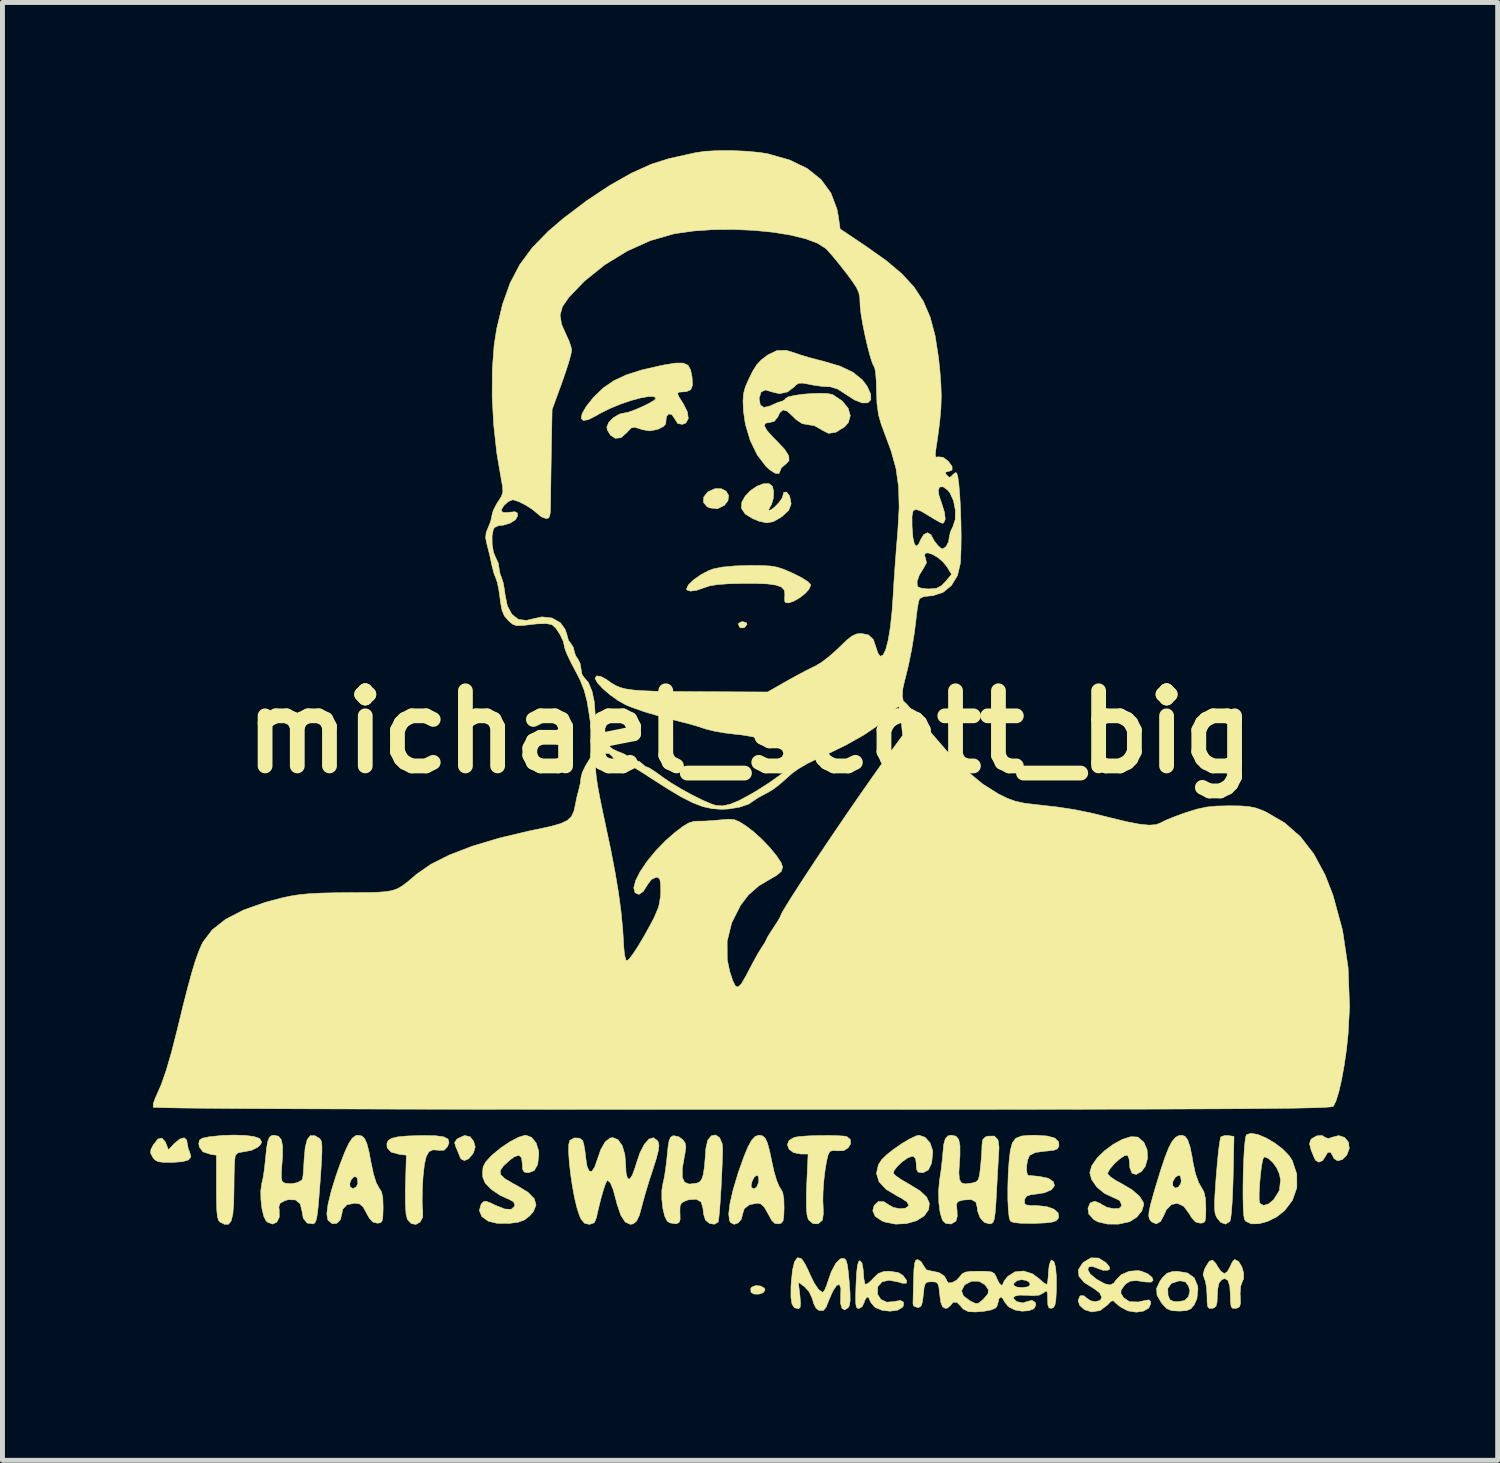
<source format=kicad_pcb>
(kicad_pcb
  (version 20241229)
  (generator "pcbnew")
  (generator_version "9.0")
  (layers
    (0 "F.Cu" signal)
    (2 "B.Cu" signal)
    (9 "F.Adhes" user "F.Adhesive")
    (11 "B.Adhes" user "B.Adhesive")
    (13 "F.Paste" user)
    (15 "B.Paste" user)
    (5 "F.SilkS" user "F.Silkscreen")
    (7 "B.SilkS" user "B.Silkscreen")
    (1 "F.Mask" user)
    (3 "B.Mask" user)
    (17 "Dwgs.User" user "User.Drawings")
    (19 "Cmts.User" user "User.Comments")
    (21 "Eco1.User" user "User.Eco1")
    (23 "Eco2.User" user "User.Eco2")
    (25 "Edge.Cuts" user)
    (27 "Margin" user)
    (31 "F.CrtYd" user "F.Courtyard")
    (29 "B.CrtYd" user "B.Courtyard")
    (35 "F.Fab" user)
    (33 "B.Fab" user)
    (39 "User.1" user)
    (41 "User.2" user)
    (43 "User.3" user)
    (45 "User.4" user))
  (footprint "michael_scott_big"
    (layer "F.Cu")
    (at 12.161 11.798)
    (property "Reference" "michael_scott_big" (at 0 0 0) (layer "F.SilkS") (effects (font (size 1.524 1.524) (thickness 0.3))))
    (attr through_hole)
    (fp_poly (pts (xy -0.067 -2.214) (xy -0.058 -2.179) (xy -0.114 -2.113) (xy -0.188 -2.111) (xy -0.205 -2.124) (xy -0.237 -2.192) (xy -0.183 -2.231) (xy -0.139 -2.236) (xy -0.067 -2.214)) (stroke (width 0.01) (type solid)) (fill yes) (layer "F.SilkS"))
    (fp_poly (pts (xy 0.217 11.24) (xy 0.293 11.282) (xy 0.309 11.321) (xy 0.27 11.376) (xy 0.18 11.406) (xy 0.082 11.403) (xy 0.023 11.367) (xy 0.02 11.289) (xy 0.037 11.265) (xy 0.118 11.231) (xy 0.217 11.24)) (stroke (width 0.01) (type solid)) (fill yes) (layer "F.SilkS"))
    (fp_poly (pts (xy -0.578 -4.934) (xy -0.481 -4.884) (xy -0.43 -4.798) (xy -0.443 -4.692) (xy -0.515 -4.597) (xy -0.657 -4.527) (xy -0.816 -4.545) (xy -0.868 -4.57) (xy -0.941 -4.656) (xy -0.935 -4.765) (xy -0.854 -4.867) (xy -0.846 -4.873) (xy -0.706 -4.935) (xy -0.578 -4.934)) (stroke (width 0.01) (type solid)) (fill yes) (layer "F.SilkS"))
    (fp_poly (pts (xy -5.673 8.213) (xy -5.602 8.305) (xy -5.571 8.419) (xy -5.604 8.53) (xy -5.617 8.554) (xy -5.702 8.658) (xy -5.79 8.696) (xy -5.86 8.662) (xy -5.879 8.625) (xy -5.922 8.513) (xy -5.961 8.426) (xy -5.989 8.333) (xy -5.948 8.267) (xy -5.923 8.248) (xy -5.786 8.186) (xy -5.673 8.213)) (stroke (width 0.01) (type solid)) (fill yes) (layer "F.SilkS"))
    (fp_poly (pts (xy -11.423 8.278) (xy -11.416 8.327) (xy -11.393 8.451) (xy -11.364 8.522) (xy -11.338 8.617) (xy -11.384 8.681) (xy -11.509 8.718) (xy -11.72 8.733) (xy -11.731 8.733) (xy -11.904 8.731) (xy -12.009 8.716) (xy -12.073 8.678) (xy -12.113 8.628) (xy -12.156 8.544) (xy -12.149 8.468) (xy -12.099 8.374) (xy -12.008 8.259) (xy -11.928 8.239) (xy -11.86 8.312) (xy -11.842 8.354) (xy -11.794 8.478) (xy -11.679 8.354) (xy -11.565 8.259) (xy -11.475 8.233) (xy -11.423 8.278)) (stroke (width 0.01) (type solid)) (fill yes) (layer "F.SilkS"))
    (fp_poly (pts (xy 9.71 8.189) (xy 9.822 8.205) (xy 9.805 9.037) (xy 9.796 9.312) (xy 9.784 9.556) (xy 9.769 9.751) (xy 9.753 9.882) (xy 9.739 9.929) (xy 9.65 9.985) (xy 9.554 9.95) (xy 9.484 9.869) (xy 9.455 9.815) (xy 9.436 9.749) (xy 9.428 9.654) (xy 9.429 9.514) (xy 9.44 9.314) (xy 9.459 9.037) (xy 9.462 9.001) (xy 9.484 8.743) (xy 9.506 8.518) (xy 9.529 8.344) (xy 9.548 8.237) (xy 9.558 8.213) (xy 9.631 8.188) (xy 9.71 8.189)) (stroke (width 0.01) (type solid)) (fill yes) (layer "F.SilkS"))
    (fp_poly (pts (xy 11.677 8.229) (xy 11.741 8.249) (xy 11.804 8.225) (xy 11.947 8.188) (xy 12.066 8.227) (xy 12.143 8.32) (xy 12.161 8.449) (xy 12.11 8.586) (xy 12.017 8.677) (xy 11.921 8.7) (xy 11.848 8.652) (xy 11.83 8.609) (xy 11.782 8.526) (xy 11.722 8.531) (xy 11.679 8.605) (xy 11.622 8.694) (xy 11.543 8.728) (xy 11.477 8.691) (xy 11.477 8.691) (xy 11.437 8.608) (xy 11.389 8.486) (xy 11.385 8.477) (xy 11.355 8.358) (xy 11.373 8.283) (xy 11.4 8.251) (xy 11.5 8.194) (xy 11.608 8.186) (xy 11.677 8.229)) (stroke (width 0.01) (type solid)) (fill yes) (layer "F.SilkS"))
    (fp_poly (pts (xy 0.392 -5.036) (xy 0.458 -4.984) (xy 0.484 -4.878) (xy 0.476 -4.737) (xy 0.44 -4.613) (xy 0.42 -4.58) (xy 0.385 -4.516) (xy 0.388 -4.495) (xy 0.434 -4.507) (xy 0.511 -4.569) (xy 0.592 -4.654) (xy 0.651 -4.737) (xy 0.666 -4.779) (xy 0.69 -4.861) (xy 0.744 -4.867) (xy 0.801 -4.797) (xy 0.81 -4.777) (xy 0.838 -4.626) (xy 0.79 -4.497) (xy 0.658 -4.373) (xy 0.628 -4.352) (xy 0.477 -4.266) (xy 0.342 -4.241) (xy 0.189 -4.274) (xy 0.061 -4.326) (xy -0.094 -4.421) (xy -0.168 -4.532) (xy -0.171 -4.543) (xy -0.162 -4.662) (xy -0.093 -4.785) (xy 0.016 -4.898) (xy 0.147 -4.986) (xy 0.279 -5.037) (xy 0.392 -5.036)) (stroke (width 0.01) (type solid)) (fill yes) (layer "F.SilkS"))
    (fp_poly (pts (xy -10.239 8.185) (xy -10.063 8.207) (xy -9.954 8.243) (xy -9.937 8.258) (xy -9.902 8.322) (xy -9.934 8.381) (xy -9.984 8.425) (xy -10.112 8.489) (xy -10.251 8.514) (xy -10.381 8.537) (xy -10.436 8.589) (xy -10.447 8.664) (xy -10.456 8.813) (xy -10.462 9.014) (xy -10.464 9.249) (xy -10.464 9.27) (xy -10.47 9.571) (xy -10.488 9.785) (xy -10.522 9.921) (xy -10.575 9.987) (xy -10.652 9.99) (xy -10.75 9.942) (xy -10.779 9.906) (xy -10.8 9.833) (xy -10.813 9.707) (xy -10.819 9.516) (xy -10.821 9.244) (xy -10.821 8.586) (xy -10.94 8.569) (xy -11.094 8.518) (xy -11.169 8.417) (xy -11.178 8.348) (xy -11.164 8.28) (xy -11.106 8.241) (xy -10.98 8.215) (xy -10.957 8.212) (xy -10.707 8.186) (xy -10.46 8.178) (xy -10.239 8.185)) (stroke (width 0.01) (type solid)) (fill yes) (layer "F.SilkS"))
    (fp_poly (pts (xy -6.378 8.191) (xy -6.211 8.214) (xy -6.122 8.259) (xy -6.102 8.33) (xy -6.134 8.415) (xy -6.199 8.484) (xy -6.304 8.488) (xy -6.319 8.485) (xy -6.429 8.478) (xy -6.508 8.515) (xy -6.563 8.608) (xy -6.601 8.77) (xy -6.628 9.012) (xy -6.633 9.082) (xy -6.644 9.303) (xy -6.647 9.503) (xy -6.642 9.653) (xy -6.635 9.705) (xy -6.635 9.844) (xy -6.689 9.943) (xy -6.774 9.991) (xy -6.869 9.974) (xy -6.948 9.887) (xy -6.974 9.781) (xy -6.987 9.586) (xy -6.988 9.305) (xy -6.985 9.185) (xy -6.968 8.586) (xy -7.111 8.569) (xy -7.276 8.524) (xy -7.357 8.437) (xy -7.363 8.352) (xy -7.336 8.29) (xy -7.268 8.245) (xy -7.145 8.215) (xy -6.955 8.197) (xy -6.685 8.188) (xy -6.629 8.187) (xy -6.378 8.191)) (stroke (width 0.01) (type solid)) (fill yes) (layer "F.SilkS"))
    (fp_poly (pts (xy 8.879 10.976) (xy 9.016 11.075) (xy 9.084 11.239) (xy 9.091 11.303) (xy 9.07 11.498) (xy 9.017 11.618) (xy 8.949 11.7) (xy 8.863 11.738) (xy 8.722 11.749) (xy 8.705 11.749) (xy 8.557 11.74) (xy 8.462 11.702) (xy 8.376 11.614) (xy 8.349 11.58) (xy 8.261 11.427) (xy 8.252 11.29) (xy 8.479 11.29) (xy 8.484 11.432) (xy 8.523 11.52) (xy 8.599 11.554) (xy 8.68 11.558) (xy 8.818 11.536) (xy 8.897 11.459) (xy 8.898 11.457) (xy 8.928 11.338) (xy 8.899 11.24) (xy 8.84 11.158) (xy 8.743 11.136) (xy 8.697 11.139) (xy 8.55 11.187) (xy 8.479 11.29) (xy 8.252 11.29) (xy 8.252 11.287) (xy 8.324 11.135) (xy 8.374 11.067) (xy 8.465 10.98) (xy 8.58 10.945) (xy 8.672 10.942) (xy 8.879 10.976)) (stroke (width 0.01) (type solid)) (fill yes) (layer "F.SilkS"))
    (fp_poly (pts (xy 1.775 8.19) (xy 1.914 8.199) (xy 1.97 8.21) (xy 2.041 8.272) (xy 2.044 8.356) (xy 1.994 8.438) (xy 1.907 8.493) (xy 1.796 8.498) (xy 1.796 8.498) (xy 1.684 8.492) (xy 1.623 8.511) (xy 1.589 8.575) (xy 1.556 8.711) (xy 1.526 8.896) (xy 1.501 9.107) (xy 1.486 9.321) (xy 1.482 9.515) (xy 1.488 9.638) (xy 1.491 9.781) (xy 1.474 9.893) (xy 1.466 9.911) (xy 1.384 9.979) (xy 1.281 9.974) (xy 1.193 9.899) (xy 1.184 9.884) (xy 1.159 9.79) (xy 1.147 9.622) (xy 1.148 9.372) (xy 1.155 9.171) (xy 1.182 8.562) (xy 1.025 8.562) (xy 0.885 8.533) (xy 0.795 8.463) (xy 0.762 8.373) (xy 0.796 8.286) (xy 0.903 8.224) (xy 0.904 8.224) (xy 1.011 8.207) (xy 1.178 8.195) (xy 1.38 8.188) (xy 1.588 8.186) (xy 1.775 8.19)) (stroke (width 0.01) (type solid)) (fill yes) (layer "F.SilkS"))
    (fp_poly (pts (xy 0.247 -3.375) (xy 0.417 -3.366) (xy 0.552 -3.343) (xy 0.68 -3.302) (xy 0.832 -3.237) (xy 0.883 -3.214) (xy 1.056 -3.126) (xy 1.18 -3.047) (xy 1.235 -2.988) (xy 1.237 -2.981) (xy 1.204 -2.899) (xy 1.122 -2.808) (xy 1.01 -2.721) (xy 0.892 -2.653) (xy 0.788 -2.617) (xy 0.721 -2.626) (xy 0.708 -2.652) (xy 0.707 -2.724) (xy 0.711 -2.791) (xy 0.7 -2.876) (xy 0.644 -2.937) (xy 0.534 -2.978) (xy 0.357 -3.003) (xy 0.103 -3.013) (xy -0.119 -3.013) (xy -0.423 -3.006) (xy -0.648 -2.99) (xy -0.81 -2.964) (xy -0.914 -2.93) (xy -1.079 -2.873) (xy -1.206 -2.856) (xy -1.276 -2.88) (xy -1.284 -2.904) (xy -1.244 -2.985) (xy -1.141 -3.085) (xy -0.998 -3.186) (xy -0.84 -3.27) (xy -0.741 -3.307) (xy -0.557 -3.344) (xy -0.304 -3.368) (xy -0.008 -3.377) (xy 0.012 -3.377) (xy 0.247 -3.375)) (stroke (width 0.01) (type solid)) (fill yes) (layer "F.SilkS"))
    (fp_poly (pts (xy 10.306 8.167) (xy 10.474 8.237) (xy 10.649 8.34) (xy 10.812 8.464) (xy 10.942 8.599) (xy 11.004 8.693) (xy 11.096 8.971) (xy 11.097 9.244) (xy 11.008 9.5) (xy 10.851 9.708) (xy 10.689 9.837) (xy 10.507 9.928) (xy 10.328 9.977) (xy 10.173 9.979) (xy 10.063 9.929) (xy 10.037 9.895) (xy 10.021 9.816) (xy 10.01 9.665) (xy 10.006 9.479) (xy 10.332 9.479) (xy 10.343 9.557) (xy 10.345 9.56) (xy 10.42 9.606) (xy 10.525 9.574) (xy 10.628 9.488) (xy 10.743 9.302) (xy 10.767 9.09) (xy 10.744 8.969) (xy 10.69 8.847) (xy 10.607 8.732) (xy 10.517 8.65) (xy 10.442 8.622) (xy 10.427 8.627) (xy 10.403 8.684) (xy 10.38 8.81) (xy 10.359 8.979) (xy 10.343 9.164) (xy 10.333 9.339) (xy 10.332 9.479) (xy 10.006 9.479) (xy 10.005 9.461) (xy 10.005 9.223) (xy 10.009 8.971) (xy 10.017 8.723) (xy 10.029 8.5) (xy 10.044 8.321) (xy 10.062 8.204) (xy 10.075 8.172) (xy 10.166 8.142) (xy 10.306 8.167)) (stroke (width 0.01) (type solid)) (fill yes) (layer "F.SilkS"))
    (fp_poly (pts (xy 9.916 10.744) (xy 9.98 10.847) (xy 10.017 10.975) (xy 10.016 11.096) (xy 9.99 11.153) (xy 9.957 11.245) (xy 9.946 11.393) (xy 9.949 11.45) (xy 9.954 11.588) (xy 9.937 11.658) (xy 9.889 11.687) (xy 9.858 11.693) (xy 9.796 11.694) (xy 9.764 11.659) (xy 9.752 11.567) (xy 9.75 11.455) (xy 9.737 11.245) (xy 9.698 11.124) (xy 9.632 11.089) (xy 9.574 11.112) (xy 9.519 11.177) (xy 9.492 11.297) (xy 9.485 11.421) (xy 9.478 11.572) (xy 9.456 11.652) (xy 9.411 11.686) (xy 9.378 11.693) (xy 9.319 11.693) (xy 9.289 11.658) (xy 9.277 11.566) (xy 9.275 11.442) (xy 9.266 11.278) (xy 9.242 11.144) (xy 9.222 11.091) (xy 9.195 11.005) (xy 9.226 10.896) (xy 9.247 10.854) (xy 9.321 10.738) (xy 9.386 10.713) (xy 9.452 10.78) (xy 9.489 10.845) (xy 9.557 10.942) (xy 9.624 10.987) (xy 9.629 10.988) (xy 9.688 10.947) (xy 9.742 10.85) (xy 9.744 10.845) (xy 9.791 10.746) (xy 9.836 10.702) (xy 9.838 10.702) (xy 9.916 10.744)) (stroke (width 0.01) (type solid)) (fill yes) (layer "F.SilkS"))
    (fp_poly (pts (xy 8.828 8.203) (xy 8.882 8.275) (xy 8.929 8.412) (xy 8.973 8.625) (xy 8.991 8.736) (xy 9.04 8.962) (xy 9.106 9.144) (xy 9.148 9.216) (xy 9.211 9.328) (xy 9.243 9.465) (xy 9.251 9.661) (xy 9.249 9.825) (xy 9.237 9.916) (xy 9.207 9.956) (xy 9.149 9.965) (xy 9.133 9.965) (xy 9.04 9.94) (xy 8.961 9.853) (xy 8.916 9.775) (xy 8.804 9.625) (xy 8.677 9.563) (xy 8.553 9.587) (xy 8.448 9.696) (xy 8.4 9.804) (xy 8.331 9.933) (xy 8.244 9.98) (xy 8.15 9.938) (xy 8.145 9.933) (xy 8.108 9.885) (xy 8.092 9.82) (xy 8.1 9.724) (xy 8.132 9.578) (xy 8.191 9.365) (xy 8.226 9.246) (xy 8.239 9.203) (xy 8.578 9.203) (xy 8.629 9.253) (xy 8.694 9.234) (xy 8.742 9.163) (xy 8.752 9.104) (xy 8.737 9.017) (xy 8.71 8.99) (xy 8.636 9.029) (xy 8.583 9.117) (xy 8.578 9.203) (xy 8.239 9.203) (xy 8.332 8.898) (xy 8.421 8.632) (xy 8.497 8.438) (xy 8.566 8.307) (xy 8.633 8.227) (xy 8.703 8.189) (xy 8.76 8.181) (xy 8.828 8.203)) (stroke (width 0.01) (type solid)) (fill yes) (layer "F.SilkS"))
    (fp_poly (pts (xy -7.872 8.196) (xy -7.814 8.248) (xy -7.767 8.355) (xy -7.723 8.529) (xy -7.686 8.725) (xy -7.635 8.966) (xy -7.578 9.147) (xy -7.523 9.247) (xy -7.471 9.332) (xy -7.445 9.453) (xy -7.439 9.638) (xy -7.439 9.656) (xy -7.444 9.822) (xy -7.458 9.915) (xy -7.488 9.955) (xy -7.545 9.965) (xy -7.561 9.965) (xy -7.648 9.942) (xy -7.721 9.861) (xy -7.775 9.763) (xy -7.845 9.636) (xy -7.914 9.576) (xy -8.008 9.561) (xy -8.017 9.561) (xy -8.174 9.592) (xy -8.26 9.684) (xy -8.276 9.775) (xy -8.307 9.899) (xy -8.38 9.97) (xy -8.471 9.976) (xy -8.554 9.908) (xy -8.562 9.893) (xy -8.581 9.777) (xy -8.557 9.584) (xy -8.493 9.32) (xy -8.444 9.161) (xy -8.116 9.161) (xy -8.108 9.231) (xy -8.048 9.266) (xy -7.983 9.229) (xy -7.951 9.159) (xy -7.961 9.062) (xy -7.982 9.027) (xy -8.033 9.025) (xy -8.085 9.081) (xy -8.116 9.161) (xy -8.444 9.161) (xy -8.391 8.992) (xy -8.315 8.776) (xy -8.216 8.521) (xy -8.135 8.346) (xy -8.063 8.239) (xy -7.994 8.189) (xy -7.948 8.181) (xy -7.872 8.196)) (stroke (width 0.01) (type solid)) (fill yes) (layer "F.SilkS"))
    (fp_poly (pts (xy 0.257 8.194) (xy 0.312 8.242) (xy 0.358 8.34) (xy 0.402 8.503) (xy 0.449 8.728) (xy 0.495 8.933) (xy 0.548 9.108) (xy 0.598 9.226) (xy 0.615 9.251) (xy 0.666 9.339) (xy 0.69 9.472) (xy 0.695 9.656) (xy 0.689 9.824) (xy 0.674 9.919) (xy 0.641 9.963) (xy 0.584 9.98) (xy 0.509 9.971) (xy 0.444 9.909) (xy 0.372 9.778) (xy 0.293 9.639) (xy 0.219 9.573) (xy 0.154 9.561) (xy -0.006 9.59) (xy -0.111 9.67) (xy -0.143 9.767) (xy -0.171 9.883) (xy -0.238 9.961) (xy -0.319 9.989) (xy -0.391 9.952) (xy -0.412 9.914) (xy -0.428 9.778) (xy -0.403 9.567) (xy -0.34 9.291) (xy -0.315 9.209) (xy 0.026 9.209) (xy 0.034 9.242) (xy 0.086 9.271) (xy 0.142 9.229) (xy 0.179 9.134) (xy 0.182 9.117) (xy 0.176 9.024) (xy 0.144 8.99) (xy 0.091 9.029) (xy 0.045 9.118) (xy 0.026 9.209) (xy -0.315 9.209) (xy -0.241 8.961) (xy -0.222 8.904) (xy -0.12 8.617) (xy -0.035 8.412) (xy 0.04 8.279) (xy 0.11 8.205) (xy 0.181 8.181) (xy 0.186 8.181) (xy 0.257 8.194)) (stroke (width 0.01) (type solid)) (fill yes) (layer "F.SilkS"))
    (fp_poly (pts (xy 2.275 10.772) (xy 2.299 10.904) (xy 2.302 10.95) (xy 2.313 11.089) (xy 2.332 11.185) (xy 2.342 11.206) (xy 2.389 11.193) (xy 2.468 11.124) (xy 2.499 11.089) (xy 2.603 10.988) (xy 2.716 10.946) (xy 2.827 10.94) (xy 3.013 10.967) (xy 3.108 11.027) (xy 3.182 11.13) (xy 3.176 11.183) (xy 3.091 11.183) (xy 3.009 11.158) (xy 2.825 11.123) (xy 2.684 11.155) (xy 2.6 11.249) (xy 2.595 11.263) (xy 2.59 11.405) (xy 2.658 11.512) (xy 2.778 11.568) (xy 2.929 11.556) (xy 2.945 11.551) (xy 3.057 11.533) (xy 3.12 11.569) (xy 3.115 11.643) (xy 3.093 11.675) (xy 2.993 11.732) (xy 2.844 11.751) (xy 2.685 11.733) (xy 2.552 11.679) (xy 2.521 11.654) (xy 2.451 11.568) (xy 2.426 11.511) (xy 2.406 11.462) (xy 2.364 11.478) (xy 2.327 11.544) (xy 2.322 11.57) (xy 2.277 11.661) (xy 2.222 11.693) (xy 2.184 11.692) (xy 2.16 11.664) (xy 2.149 11.59) (xy 2.147 11.456) (xy 2.153 11.245) (xy 2.154 11.217) (xy 2.166 10.978) (xy 2.184 10.823) (xy 2.208 10.743) (xy 2.232 10.726) (xy 2.275 10.772)) (stroke (width 0.01) (type solid)) (fill yes) (layer "F.SilkS"))
    (fp_poly (pts (xy 1.034 10.678) (xy 1.062 10.704) (xy 1.117 10.789) (xy 1.185 10.922) (xy 1.213 10.988) (xy 1.304 11.176) (xy 1.392 11.308) (xy 1.468 11.366) (xy 1.48 11.368) (xy 1.516 11.327) (xy 1.559 11.225) (xy 1.569 11.19) (xy 1.653 10.951) (xy 1.743 10.781) (xy 1.834 10.691) (xy 1.879 10.678) (xy 1.924 10.687) (xy 1.955 10.725) (xy 1.978 10.809) (xy 1.998 10.956) (xy 2.015 11.142) (xy 2.033 11.378) (xy 2.035 11.536) (xy 2.02 11.633) (xy 1.997 11.678) (xy 1.925 11.726) (xy 1.87 11.693) (xy 1.84 11.59) (xy 1.843 11.445) (xy 1.847 11.285) (xy 1.818 11.211) (xy 1.764 11.225) (xy 1.692 11.33) (xy 1.669 11.378) (xy 1.607 11.519) (xy 1.561 11.635) (xy 1.551 11.665) (xy 1.491 11.738) (xy 1.403 11.736) (xy 1.343 11.689) (xy 1.298 11.601) (xy 1.264 11.487) (xy 1.202 11.355) (xy 1.108 11.253) (xy 0.984 11.162) (xy 1.016 11.432) (xy 1.029 11.589) (xy 1.021 11.673) (xy 0.99 11.701) (xy 0.981 11.701) (xy 0.904 11.68) (xy 0.856 11.607) (xy 0.834 11.471) (xy 0.835 11.258) (xy 0.84 11.177) (xy 0.866 10.918) (xy 0.907 10.747) (xy 0.964 10.667) (xy 1.034 10.678)) (stroke (width 0.01) (type solid)) (fill yes) (layer "F.SilkS"))
    (fp_poly (pts (xy 3.556 8.224) (xy 3.655 8.335) (xy 3.707 8.486) (xy 3.71 8.535) (xy 3.688 8.749) (xy 3.622 8.886) (xy 3.516 8.941) (xy 3.497 8.942) (xy 3.416 8.93) (xy 3.383 8.875) (xy 3.377 8.776) (xy 3.365 8.659) (xy 3.321 8.613) (xy 3.293 8.609) (xy 3.206 8.64) (xy 3.098 8.714) (xy 2.996 8.809) (xy 2.926 8.899) (xy 2.912 8.955) (xy 2.961 9.005) (xy 3.072 9.082) (xy 3.22 9.168) (xy 3.226 9.171) (xy 3.449 9.307) (xy 3.586 9.434) (xy 3.642 9.56) (xy 3.629 9.686) (xy 3.538 9.818) (xy 3.38 9.916) (xy 3.179 9.974) (xy 2.958 9.985) (xy 2.741 9.943) (xy 2.683 9.921) (xy 2.544 9.828) (xy 2.494 9.713) (xy 2.523 9.605) (xy 2.608 9.525) (xy 2.72 9.53) (xy 2.811 9.589) (xy 2.915 9.647) (xy 3.04 9.672) (xy 3.153 9.663) (xy 3.218 9.618) (xy 3.223 9.605) (xy 3.189 9.535) (xy 3.062 9.451) (xy 2.994 9.417) (xy 2.764 9.279) (xy 2.621 9.124) (xy 2.569 8.956) (xy 2.608 8.781) (xy 2.672 8.68) (xy 2.771 8.582) (xy 2.915 8.468) (xy 3.079 8.354) (xy 3.24 8.258) (xy 3.371 8.196) (xy 3.432 8.181) (xy 3.556 8.224)) (stroke (width 0.01) (type solid)) (fill yes) (layer "F.SilkS"))
    (fp_poly (pts (xy 6.026 8.196) (xy 6.187 8.239) (xy 6.265 8.315) (xy 6.271 8.398) (xy 6.244 8.454) (xy 6.173 8.485) (xy 6.035 8.502) (xy 5.993 8.504) (xy 5.791 8.532) (xy 5.68 8.588) (xy 5.672 8.597) (xy 5.636 8.682) (xy 5.616 8.8) (xy 5.615 8.913) (xy 5.634 8.985) (xy 5.648 8.995) (xy 5.715 9.002) (xy 5.836 9.013) (xy 5.87 9.016) (xy 6.056 9.056) (xy 6.159 9.125) (xy 6.18 9.207) (xy 6.12 9.286) (xy 5.98 9.348) (xy 5.846 9.37) (xy 5.694 9.39) (xy 5.614 9.419) (xy 5.58 9.471) (xy 5.574 9.501) (xy 5.573 9.563) (xy 5.606 9.595) (xy 5.696 9.607) (xy 5.818 9.608) (xy 6.017 9.628) (xy 6.167 9.68) (xy 6.255 9.756) (xy 6.265 9.847) (xy 6.252 9.876) (xy 6.21 9.917) (xy 6.132 9.944) (xy 6 9.96) (xy 5.794 9.969) (xy 5.766 9.97) (xy 5.518 9.969) (xy 5.356 9.953) (xy 5.286 9.925) (xy 5.261 9.846) (xy 5.244 9.691) (xy 5.234 9.48) (xy 5.234 9.231) (xy 5.242 8.964) (xy 5.258 8.728) (xy 5.284 8.493) (xy 5.325 8.336) (xy 5.395 8.243) (xy 5.512 8.197) (xy 5.689 8.182) (xy 5.777 8.181) (xy 6.026 8.196)) (stroke (width 0.01) (type solid)) (fill yes) (layer "F.SilkS"))
    (fp_poly (pts (xy 7.867 8.218) (xy 7.877 8.222) (xy 7.993 8.323) (xy 8.059 8.475) (xy 8.069 8.649) (xy 8.022 8.814) (xy 7.944 8.918) (xy 7.836 8.978) (xy 7.754 8.952) (xy 7.71 8.845) (xy 7.706 8.78) (xy 7.694 8.662) (xy 7.664 8.59) (xy 7.66 8.587) (xy 7.598 8.598) (xy 7.503 8.662) (xy 7.399 8.755) (xy 7.311 8.856) (xy 7.263 8.94) (xy 7.262 8.97) (xy 7.317 9.027) (xy 7.431 9.104) (xy 7.549 9.167) (xy 7.754 9.289) (xy 7.904 9.419) (xy 7.983 9.543) (xy 7.991 9.593) (xy 7.951 9.719) (xy 7.849 9.843) (xy 7.714 9.931) (xy 7.695 9.938) (xy 7.477 9.985) (xy 7.255 9.984) (xy 7.062 9.939) (xy 6.972 9.888) (xy 6.876 9.779) (xy 6.859 9.663) (xy 6.905 9.555) (xy 6.997 9.52) (xy 7.111 9.565) (xy 7.135 9.585) (xy 7.245 9.644) (xy 7.381 9.672) (xy 7.492 9.666) (xy 7.535 9.625) (xy 7.539 9.586) (xy 7.502 9.505) (xy 7.381 9.448) (xy 7.379 9.447) (xy 7.195 9.362) (xy 7.038 9.231) (xy 6.932 9.078) (xy 6.897 8.94) (xy 6.937 8.8) (xy 7.043 8.647) (xy 7.195 8.497) (xy 7.374 8.365) (xy 7.559 8.264) (xy 7.73 8.211) (xy 7.867 8.218)) (stroke (width 0.01) (type solid)) (fill yes) (layer "F.SilkS"))
    (fp_poly (pts (xy -4.427 8.225) (xy -4.335 8.338) (xy -4.285 8.498) (xy -4.281 8.565) (xy -4.303 8.772) (xy -4.372 8.897) (xy -4.487 8.942) (xy -4.497 8.942) (xy -4.576 8.929) (xy -4.609 8.872) (xy -4.614 8.779) (xy -4.63 8.64) (xy -4.683 8.588) (xy -4.777 8.618) (xy -4.865 8.683) (xy -4.999 8.805) (xy -5.064 8.899) (xy -5.055 8.981) (xy -4.968 9.064) (xy -4.798 9.164) (xy -4.72 9.205) (xy -4.5 9.339) (xy -4.373 9.468) (xy -4.337 9.597) (xy -4.39 9.731) (xy -4.466 9.817) (xy -4.574 9.901) (xy -4.702 9.947) (xy -4.882 9.97) (xy -5.13 9.968) (xy -5.309 9.924) (xy -5.437 9.83) (xy -5.487 9.71) (xy -5.453 9.586) (xy -5.446 9.576) (xy -5.404 9.529) (xy -5.353 9.521) (xy -5.265 9.552) (xy -5.165 9.601) (xy -4.972 9.678) (xy -4.841 9.685) (xy -4.773 9.623) (xy -4.766 9.6) (xy -4.794 9.53) (xy -4.909 9.47) (xy -4.925 9.465) (xy -5.074 9.395) (xy -5.227 9.292) (xy -5.26 9.265) (xy -5.369 9.151) (xy -5.416 9.038) (xy -5.422 8.943) (xy -5.411 8.827) (xy -5.363 8.729) (xy -5.262 8.618) (xy -5.213 8.571) (xy -5.042 8.431) (xy -4.859 8.309) (xy -4.689 8.221) (xy -4.56 8.182) (xy -4.544 8.181) (xy -4.427 8.225)) (stroke (width 0.01) (type solid)) (fill yes) (layer "F.SilkS"))
    (fp_poly (pts (xy -9.563 8.201) (xy -9.505 8.27) (xy -9.478 8.4) (xy -9.479 8.604) (xy -9.488 8.724) (xy -9.502 8.919) (xy -9.504 9.041) (xy -9.491 9.108) (xy -9.459 9.141) (xy -9.426 9.154) (xy -9.305 9.166) (xy -9.18 9.143) (xy -9.091 9.095) (xy -9.074 9.069) (xy -9.063 8.996) (xy -9.052 8.858) (xy -9.042 8.684) (xy -9.042 8.681) (xy -9.02 8.429) (xy -8.978 8.267) (xy -8.914 8.189) (xy -8.822 8.191) (xy -8.738 8.241) (xy -8.709 8.269) (xy -8.69 8.313) (xy -8.681 8.388) (xy -8.68 8.506) (xy -8.687 8.683) (xy -8.703 8.931) (xy -8.717 9.132) (xy -8.74 9.434) (xy -8.759 9.655) (xy -8.778 9.807) (xy -8.797 9.902) (xy -8.821 9.955) (xy -8.85 9.977) (xy -8.862 9.98) (xy -8.98 9.963) (xy -9.058 9.868) (xy -9.085 9.72) (xy -9.12 9.574) (xy -9.217 9.494) (xy -9.363 9.489) (xy -9.437 9.511) (xy -9.531 9.563) (xy -9.554 9.638) (xy -9.547 9.692) (xy -9.545 9.842) (xy -9.595 9.945) (xy -9.68 9.984) (xy -9.783 9.946) (xy -9.812 9.921) (xy -9.86 9.826) (xy -9.897 9.67) (xy -9.918 9.486) (xy -9.921 9.306) (xy -9.901 9.163) (xy -9.899 9.155) (xy -9.872 9.035) (xy -9.846 8.86) (xy -9.826 8.673) (xy -9.804 8.448) (xy -9.779 8.303) (xy -9.744 8.22) (xy -9.695 8.186) (xy -9.657 8.181) (xy -9.563 8.201)) (stroke (width 0.01) (type solid)) (fill yes) (layer "F.SilkS"))
    (fp_poly (pts (xy -0.613 8.231) (xy -0.56 8.356) (xy -0.551 8.472) (xy -0.558 8.71) (xy -0.569 8.968) (xy -0.582 9.229) (xy -0.597 9.475) (xy -0.612 9.686) (xy -0.627 9.845) (xy -0.64 9.933) (xy -0.643 9.943) (xy -0.717 9.987) (xy -0.816 9.972) (xy -0.896 9.907) (xy -0.902 9.897) (xy -0.938 9.781) (xy -0.951 9.66) (xy -0.987 9.537) (xy -1.085 9.479) (xy -1.237 9.49) (xy -1.299 9.51) (xy -1.381 9.552) (xy -1.415 9.615) (xy -1.418 9.735) (xy -1.416 9.762) (xy -1.414 9.892) (xy -1.438 9.955) (xy -1.5 9.979) (xy -1.504 9.979) (xy -1.619 9.96) (xy -1.676 9.924) (xy -1.726 9.826) (xy -1.764 9.667) (xy -1.785 9.48) (xy -1.785 9.299) (xy -1.763 9.163) (xy -1.736 9.045) (xy -1.708 8.867) (xy -1.683 8.661) (xy -1.678 8.609) (xy -1.658 8.411) (xy -1.636 8.288) (xy -1.607 8.223) (xy -1.566 8.196) (xy -1.543 8.191) (xy -1.439 8.214) (xy -1.36 8.271) (xy -1.312 8.34) (xy -1.298 8.421) (xy -1.315 8.547) (xy -1.327 8.609) (xy -1.37 8.861) (xy -1.37 9.034) (xy -1.324 9.135) (xy -1.228 9.173) (xy -1.078 9.154) (xy -1.077 9.154) (xy -1.019 9.129) (xy -0.977 9.077) (xy -0.946 8.984) (xy -0.922 8.834) (xy -0.903 8.613) (xy -0.892 8.448) (xy -0.854 8.283) (xy -0.781 8.193) (xy -0.694 8.176) (xy -0.613 8.231)) (stroke (width 0.01) (type solid)) (fill yes) (layer "F.SilkS"))
    (fp_poly (pts (xy 4.18 8.2) (xy 4.237 8.265) (xy 4.263 8.39) (xy 4.263 8.588) (xy 4.254 8.717) (xy 4.241 8.936) (xy 4.251 9.075) (xy 4.293 9.148) (xy 4.374 9.169) (xy 4.503 9.152) (xy 4.513 9.15) (xy 4.589 9.128) (xy 4.634 9.083) (xy 4.66 8.991) (xy 4.679 8.836) (xy 4.696 8.649) (xy 4.707 8.476) (xy 4.709 8.389) (xy 4.723 8.274) (xy 4.779 8.217) (xy 4.831 8.2) (xy 4.96 8.198) (xy 5.034 8.273) (xy 5.055 8.426) (xy 5.054 8.456) (xy 5.048 8.569) (xy 5.037 8.753) (xy 5.024 8.985) (xy 5.01 9.242) (xy 5.007 9.299) (xy 4.992 9.563) (xy 4.978 9.746) (xy 4.962 9.865) (xy 4.942 9.933) (xy 4.914 9.966) (xy 4.875 9.979) (xy 4.868 9.98) (xy 4.761 9.952) (xy 4.671 9.855) (xy 4.619 9.715) (xy 4.614 9.65) (xy 4.585 9.537) (xy 4.493 9.486) (xy 4.331 9.496) (xy 4.323 9.498) (xy 4.226 9.525) (xy 4.192 9.576) (xy 4.201 9.684) (xy 4.203 9.695) (xy 4.208 9.827) (xy 4.182 9.921) (xy 4.178 9.926) (xy 4.082 9.983) (xy 3.975 9.97) (xy 3.908 9.906) (xy 3.861 9.755) (xy 3.834 9.547) (xy 3.829 9.317) (xy 3.848 9.098) (xy 3.851 9.083) (xy 3.882 8.872) (xy 3.908 8.643) (xy 3.915 8.558) (xy 3.934 8.364) (xy 3.967 8.249) (xy 4.019 8.194) (xy 4.088 8.181) (xy 4.18 8.2)) (stroke (width 0.01) (type solid)) (fill yes) (layer "F.SilkS"))
    (fp_poly (pts (xy -2.673 8.273) (xy -2.588 8.394) (xy -2.535 8.573) (xy -2.521 8.747) (xy -2.51 8.948) (xy -2.481 9.056) (xy -2.437 9.071) (xy -2.383 8.992) (xy -2.321 8.819) (xy -2.309 8.775) (xy -2.229 8.538) (xy -2.139 8.364) (xy -2.045 8.259) (xy -1.955 8.232) (xy -1.876 8.289) (xy -1.858 8.318) (xy -1.843 8.388) (xy -1.857 8.5) (xy -1.902 8.672) (xy -1.968 8.877) (xy -2.043 9.109) (xy -2.113 9.339) (xy -2.168 9.534) (xy -2.187 9.608) (xy -2.241 9.805) (xy -2.297 9.923) (xy -2.364 9.979) (xy -2.426 9.989) (xy -2.528 9.942) (xy -2.618 9.802) (xy -2.696 9.573) (xy -2.71 9.513) (xy -2.773 9.281) (xy -2.831 9.143) (xy -2.883 9.101) (xy -2.896 9.106) (xy -2.926 9.162) (xy -2.97 9.291) (xy -3.022 9.473) (xy -3.075 9.687) (xy -3.113 9.858) (xy -3.156 9.957) (xy -3.245 9.988) (xy -3.262 9.989) (xy -3.355 9.966) (xy -3.424 9.881) (xy -3.453 9.818) (xy -3.505 9.661) (xy -3.555 9.454) (xy -3.599 9.216) (xy -3.636 8.969) (xy -3.662 8.732) (xy -3.676 8.526) (xy -3.674 8.372) (xy -3.654 8.289) (xy -3.653 8.288) (xy -3.561 8.236) (xy -3.455 8.241) (xy -3.392 8.288) (xy -3.368 8.365) (xy -3.344 8.504) (xy -3.33 8.633) (xy -3.302 8.814) (xy -3.258 8.908) (xy -3.205 8.914) (xy -3.147 8.828) (xy -3.111 8.724) (xy -3.025 8.476) (xy -2.935 8.317) (xy -2.836 8.239) (xy -2.779 8.229) (xy -2.673 8.273)) (stroke (width 0.01) (type solid)) (fill yes) (layer "F.SilkS"))
    (fp_poly (pts (xy -1.256 -7.44) (xy -1.202 -7.347) (xy -1.172 -7.199) (xy -1.162 -7.035) (xy -1.198 -6.942) (xy -1.29 -6.903) (xy -1.368 -6.898) (xy -1.442 -6.892) (xy -1.466 -6.866) (xy -1.439 -6.799) (xy -1.36 -6.674) (xy -1.352 -6.662) (xy -1.267 -6.494) (xy -1.248 -6.358) (xy -1.296 -6.268) (xy -1.367 -6.24) (xy -1.461 -6.255) (xy -1.521 -6.348) (xy -1.522 -6.351) (xy -1.581 -6.436) (xy -1.646 -6.452) (xy -1.691 -6.396) (xy -1.695 -6.37) (xy -1.705 -6.268) (xy -1.707 -6.247) (xy -1.751 -6.197) (xy -1.854 -6.145) (xy -1.878 -6.136) (xy -2.032 -6.106) (xy -2.184 -6.133) (xy -2.216 -6.144) (xy -2.332 -6.18) (xy -2.403 -6.168) (xy -2.472 -6.1) (xy -2.492 -6.076) (xy -2.612 -5.969) (xy -2.728 -5.956) (xy -2.827 -6.02) (xy -2.888 -6.12) (xy -2.901 -6.183) (xy -2.862 -6.28) (xy -2.764 -6.377) (xy -2.641 -6.449) (xy -2.55 -6.469) (xy -2.461 -6.487) (xy -2.329 -6.535) (xy -2.181 -6.599) (xy -2.042 -6.667) (xy -1.941 -6.727) (xy -1.903 -6.766) (xy -1.943 -6.803) (xy -2.051 -6.804) (xy -2.212 -6.776) (xy -2.407 -6.724) (xy -2.62 -6.651) (xy -2.833 -6.564) (xy -3.03 -6.466) (xy -3.108 -6.42) (xy -3.273 -6.335) (xy -3.378 -6.317) (xy -3.421 -6.36) (xy -3.402 -6.457) (xy -3.32 -6.6) (xy -3.175 -6.783) (xy -3.157 -6.802) (xy -2.971 -6.98) (xy -2.759 -7.125) (xy -2.504 -7.244) (xy -2.189 -7.344) (xy -1.799 -7.433) (xy -1.728 -7.447) (xy -1.503 -7.483) (xy -1.351 -7.483) (xy -1.256 -7.44)) (stroke (width 0.01) (type solid)) (fill yes) (layer "F.SilkS"))
    (fp_poly (pts (xy 7.078 10.673) (xy 7.225 10.768) (xy 7.229 10.772) (xy 7.297 10.855) (xy 7.3 10.898) (xy 7.265 10.919) (xy 7.165 10.921) (xy 7.094 10.896) (xy 6.955 10.844) (xy 6.875 10.853) (xy 6.857 10.909) (xy 6.905 10.996) (xy 7.025 11.097) (xy 7.039 11.106) (xy 7.2 11.195) (xy 7.311 11.219) (xy 7.387 11.179) (xy 7.422 11.126) (xy 7.532 11.012) (xy 7.695 10.941) (xy 7.876 10.927) (xy 7.946 10.941) (xy 8.078 10.996) (xy 8.158 11.063) (xy 8.182 11.123) (xy 8.142 11.161) (xy 8.032 11.159) (xy 8.027 11.158) (xy 7.841 11.131) (xy 7.717 11.141) (xy 7.63 11.194) (xy 7.599 11.229) (xy 7.532 11.322) (xy 7.528 11.39) (xy 7.583 11.477) (xy 7.585 11.48) (xy 7.702 11.558) (xy 7.881 11.564) (xy 8.003 11.537) (xy 8.097 11.521) (xy 8.131 11.555) (xy 8.134 11.597) (xy 8.092 11.688) (xy 7.985 11.749) (xy 7.84 11.771) (xy 7.684 11.747) (xy 7.65 11.735) (xy 7.523 11.667) (xy 7.428 11.592) (xy 7.424 11.587) (xy 7.372 11.538) (xy 7.324 11.551) (xy 7.258 11.622) (xy 7.106 11.738) (xy 6.934 11.766) (xy 6.79 11.72) (xy 6.694 11.636) (xy 6.659 11.536) (xy 6.694 11.45) (xy 6.714 11.435) (xy 6.782 11.44) (xy 6.826 11.48) (xy 6.915 11.54) (xy 7.009 11.558) (xy 7.11 11.532) (xy 7.139 11.466) (xy 7.098 11.381) (xy 6.991 11.298) (xy 6.98 11.292) (xy 6.781 11.167) (xy 6.676 11.04) (xy 6.665 10.911) (xy 6.748 10.779) (xy 6.769 10.758) (xy 6.921 10.669) (xy 7.078 10.673)) (stroke (width 0.01) (type solid)) (fill yes) (layer "F.SilkS"))
    (fp_poly (pts (xy 0.914 -7.687) (xy 1.033 -7.646) (xy 1.211 -7.593) (xy 1.418 -7.539) (xy 1.485 -7.522) (xy 1.828 -7.421) (xy 2.09 -7.297) (xy 2.28 -7.145) (xy 2.376 -7.019) (xy 2.452 -6.854) (xy 2.455 -6.738) (xy 2.394 -6.676) (xy 2.28 -6.674) (xy 2.123 -6.735) (xy 1.976 -6.831) (xy 1.786 -6.954) (xy 1.632 -7.002) (xy 1.598 -7.003) (xy 1.461 -7.011) (xy 1.288 -7.035) (xy 1.216 -7.05) (xy 1.073 -7.076) (xy 0.989 -7.073) (xy 0.931 -7.035) (xy 0.902 -7.001) (xy 0.765 -6.897) (xy 0.6 -6.861) (xy 0.451 -6.897) (xy 0.317 -6.937) (xy 0.228 -6.895) (xy 0.191 -6.775) (xy 0.19 -6.754) (xy 0.214 -6.629) (xy 0.288 -6.583) (xy 0.415 -6.614) (xy 0.455 -6.633) (xy 0.568 -6.684) (xy 0.648 -6.706) (xy 0.65 -6.706) (xy 0.715 -6.744) (xy 0.724 -6.763) (xy 0.779 -6.797) (xy 0.904 -6.826) (xy 1.073 -6.85) (xy 1.261 -6.865) (xy 1.442 -6.87) (xy 1.591 -6.863) (xy 1.683 -6.842) (xy 1.875 -6.713) (xy 1.995 -6.566) (xy 2.038 -6.416) (xy 1.999 -6.274) (xy 1.919 -6.186) (xy 1.743 -6.078) (xy 1.595 -6.057) (xy 1.466 -6.122) (xy 1.457 -6.13) (xy 1.31 -6.212) (xy 1.192 -6.231) (xy 1.062 -6.254) (xy 0.939 -6.336) (xy 0.874 -6.401) (xy 0.756 -6.508) (xy 0.671 -6.532) (xy 0.606 -6.473) (xy 0.569 -6.393) (xy 0.495 -6.299) (xy 0.405 -6.279) (xy 0.315 -6.262) (xy 0.295 -6.21) (xy 0.348 -6.115) (xy 0.475 -5.973) (xy 0.547 -5.902) (xy 0.708 -5.731) (xy 0.79 -5.6) (xy 0.795 -5.503) (xy 0.727 -5.43) (xy 0.713 -5.422) (xy 0.638 -5.354) (xy 0.618 -5.302) (xy 0.59 -5.24) (xy 0.513 -5.247) (xy 0.4 -5.321) (xy 0.328 -5.387) (xy 0.152 -5.617) (xy 0.008 -5.912) (xy -0.09 -6.241) (xy -0.13 -6.515) (xy -0.138 -6.717) (xy -0.127 -6.864) (xy -0.091 -6.997) (xy -0.032 -7.135) (xy 0.061 -7.323) (xy 0.142 -7.451) (xy 0.236 -7.55) (xy 0.363 -7.647) (xy 0.364 -7.648) (xy 0.548 -7.736) (xy 0.741 -7.741) (xy 0.914 -7.687)) (stroke (width 0.01) (type solid)) (fill yes) (layer "F.SilkS"))
    (fp_poly (pts (xy 3.471 10.742) (xy 3.52 10.821) (xy 3.583 10.913) (xy 3.697 10.94) (xy 3.706 10.94) (xy 3.836 10.968) (xy 3.944 11.036) (xy 3.995 11.123) (xy 3.996 11.134) (xy 4.028 11.178) (xy 4.103 11.171) (xy 4.192 11.124) (xy 4.253 11.059) (xy 4.305 10.994) (xy 4.373 10.958) (xy 4.484 10.943) (xy 4.643 10.94) (xy 4.811 10.942) (xy 4.91 10.956) (xy 4.964 10.99) (xy 4.999 11.056) (xy 5.009 11.083) (xy 5.059 11.181) (xy 5.107 11.228) (xy 5.135 11.208) (xy 5.137 11.187) (xy 5.166 11.128) (xy 5.234 11.044) (xy 5.378 10.953) (xy 5.553 10.936) (xy 5.732 10.991) (xy 5.86 11.085) (xy 5.953 11.168) (xy 6.016 11.207) (xy 6.028 11.207) (xy 6.043 11.149) (xy 6.055 11.03) (xy 6.058 10.959) (xy 6.073 10.82) (xy 6.104 10.731) (xy 6.121 10.715) (xy 6.169 10.743) (xy 6.202 10.857) (xy 6.219 11.051) (xy 6.219 11.318) (xy 6.218 11.344) (xy 6.208 11.524) (xy 6.189 11.629) (xy 6.156 11.68) (xy 6.124 11.692) (xy 6.071 11.686) (xy 6.046 11.626) (xy 6.041 11.507) (xy 6.038 11.384) (xy 6.021 11.341) (xy 5.98 11.36) (xy 5.958 11.38) (xy 5.867 11.426) (xy 5.726 11.436) (xy 5.631 11.429) (xy 5.469 11.425) (xy 5.371 11.448) (xy 5.346 11.491) (xy 5.404 11.548) (xy 5.421 11.558) (xy 5.542 11.584) (xy 5.614 11.558) (xy 5.724 11.53) (xy 5.791 11.573) (xy 5.803 11.627) (xy 5.763 11.7) (xy 5.66 11.741) (xy 5.524 11.751) (xy 5.382 11.728) (xy 5.264 11.671) (xy 5.234 11.645) (xy 5.165 11.558) (xy 5.137 11.502) (xy 5.101 11.464) (xy 5.09 11.463) (xy 5.05 11.503) (xy 5.042 11.553) (xy 5.013 11.653) (xy 4.982 11.689) (xy 4.89 11.727) (xy 4.741 11.754) (xy 4.577 11.767) (xy 4.435 11.76) (xy 4.328 11.707) (xy 4.279 11.65) (xy 4.204 11.572) (xy 4.124 11.57) (xy 4.072 11.633) (xy 4.008 11.689) (xy 3.96 11.692) (xy 3.907 11.658) (xy 3.873 11.566) (xy 3.853 11.415) (xy 3.844 11.339) (xy 4.295 11.339) (xy 4.335 11.444) (xy 4.47 11.543) (xy 4.476 11.546) (xy 4.572 11.592) (xy 4.632 11.593) (xy 4.701 11.541) (xy 4.742 11.503) (xy 4.83 11.401) (xy 4.841 11.318) (xy 4.781 11.228) (xy 5.353 11.228) (xy 5.419 11.262) (xy 5.529 11.272) (xy 5.634 11.257) (xy 5.683 11.228) (xy 5.678 11.171) (xy 5.61 11.128) (xy 5.514 11.111) (xy 5.421 11.131) (xy 5.357 11.187) (xy 5.353 11.228) (xy 4.781 11.228) (xy 4.778 11.222) (xy 4.773 11.217) (xy 4.649 11.144) (xy 4.502 11.142) (xy 4.369 11.209) (xy 4.35 11.228) (xy 4.295 11.339) (xy 3.844 11.339) (xy 3.836 11.266) (xy 3.812 11.188) (xy 3.765 11.159) (xy 3.686 11.154) (xy 3.604 11.16) (xy 3.559 11.191) (xy 3.535 11.273) (xy 3.52 11.416) (xy 3.501 11.568) (xy 3.473 11.647) (xy 3.426 11.676) (xy 3.401 11.677) (xy 3.322 11.645) (xy 3.31 11.594) (xy 3.312 11.51) (xy 3.316 11.359) (xy 3.32 11.169) (xy 3.322 11.107) (xy 3.329 10.904) (xy 3.343 10.78) (xy 3.366 10.719) (xy 3.402 10.702) (xy 3.471 10.742)) (stroke (width 0.01) (type solid)) (fill yes) (layer "F.SilkS"))
    (fp_poly (pts (xy -0.344 -11.793) (xy -0.046 -11.779) (xy 0.222 -11.752) (xy 0.367 -11.728) (xy 0.807 -11.603) (xy 1.165 -11.43) (xy 1.444 -11.207) (xy 1.644 -10.934) (xy 1.767 -10.61) (xy 1.795 -10.461) (xy 1.832 -10.204) (xy 2.365 -9.846) (xy 2.763 -9.564) (xy 3.082 -9.296) (xy 3.331 -9.026) (xy 3.52 -8.737) (xy 3.659 -8.413) (xy 3.759 -8.037) (xy 3.828 -7.593) (xy 3.855 -7.335) (xy 3.876 -7.058) (xy 3.884 -6.809) (xy 3.876 -6.561) (xy 3.852 -6.29) (xy 3.81 -5.967) (xy 3.775 -5.736) (xy 3.762 -5.619) (xy 3.777 -5.574) (xy 3.826 -5.581) (xy 3.923 -5.57) (xy 4.024 -5.493) (xy 4.103 -5.387) (xy 4.103 -5.312) (xy 4.025 -5.28) (xy 4.011 -5.28) (xy 3.962 -5.267) (xy 3.99 -5.215) (xy 3.996 -5.208) (xy 4.05 -5.161) (xy 4.098 -5.195) (xy 4.113 -5.215) (xy 4.17 -5.261) (xy 4.198 -5.251) (xy 4.221 -5.167) (xy 4.242 -5.005) (xy 4.26 -4.786) (xy 4.274 -4.528) (xy 4.283 -4.249) (xy 4.287 -3.968) (xy 4.284 -3.703) (xy 4.275 -3.474) (xy 4.271 -3.421) (xy 4.213 -3.173) (xy 4.09 -2.971) (xy 3.918 -2.83) (xy 3.708 -2.762) (xy 3.646 -2.759) (xy 3.524 -2.744) (xy 3.447 -2.707) (xy 3.442 -2.701) (xy 3.42 -2.628) (xy 3.396 -2.488) (xy 3.374 -2.31) (xy 3.372 -2.285) (xy 3.336 -1.997) (xy 3.284 -1.679) (xy 3.222 -1.369) (xy 3.159 -1.106) (xy 3.142 -1.047) (xy 3.104 -0.878) (xy 3.094 -0.732) (xy 3.111 -0.634) (xy 3.133 -0.61) (xy 3.177 -0.57) (xy 3.268 -0.468) (xy 3.394 -0.32) (xy 3.545 -0.14) (xy 3.601 -0.071) (xy 4.001 0.392) (xy 4.375 0.768) (xy 4.725 1.057) (xy 5.043 1.258) (xy 5.227 1.348) (xy 5.391 1.407) (xy 5.57 1.446) (xy 5.802 1.474) (xy 5.839 1.478) (xy 6.235 1.522) (xy 6.588 1.576) (xy 6.943 1.649) (xy 7.299 1.737) (xy 7.64 1.82) (xy 7.904 1.871) (xy 8.101 1.891) (xy 8.242 1.88) (xy 8.337 1.843) (xy 8.431 1.795) (xy 8.588 1.73) (xy 8.778 1.659) (xy 8.849 1.635) (xy 9.071 1.566) (xy 9.263 1.524) (xy 9.466 1.504) (xy 9.721 1.498) (xy 9.727 1.498) (xy 9.961 1.501) (xy 10.13 1.515) (xy 10.266 1.543) (xy 10.397 1.591) (xy 10.476 1.626) (xy 10.849 1.844) (xy 11.169 2.124) (xy 11.441 2.475) (xy 11.671 2.903) (xy 11.828 3.305) (xy 12.024 4.023) (xy 12.137 4.782) (xy 12.166 5.573) (xy 12.137 6.128) (xy 12.103 6.451) (xy 12.057 6.766) (xy 12.005 7.054) (xy 11.949 7.299) (xy 11.892 7.484) (xy 11.839 7.592) (xy 11.838 7.594) (xy 11.819 7.601) (xy 11.774 7.607) (xy 11.699 7.613) (xy 11.591 7.619) (xy 11.446 7.624) (xy 11.262 7.628) (xy 11.035 7.633) (xy 10.761 7.636) (xy 10.439 7.64) (xy 10.064 7.643) (xy 9.634 7.646) (xy 9.144 7.648) (xy 8.593 7.65) (xy 7.976 7.652) (xy 7.291 7.653) (xy 6.535 7.655) (xy 5.703 7.656) (xy 4.794 7.657) (xy 3.803 7.657) (xy 2.728 7.658) (xy 1.566 7.658) (xy 0.312 7.658) (xy -0.146 7.658) (xy -1.497 7.658) (xy -2.773 7.657) (xy -3.974 7.656) (xy -5.098 7.655) (xy -6.144 7.654) (xy -7.11 7.652) (xy -7.995 7.649) (xy -8.798 7.647) (xy -9.517 7.644) (xy -10.151 7.641) (xy -10.698 7.637) (xy -11.158 7.633) (xy -11.528 7.629) (xy -11.809 7.624) (xy -11.997 7.62) (xy -12.092 7.615) (xy -12.104 7.612) (xy -12.102 7.545) (xy -12.063 7.431) (xy -12.042 7.386) (xy -11.941 7.157) (xy -11.84 6.867) (xy -11.734 6.505) (xy -11.621 6.061) (xy -11.61 6.017) (xy -11.499 5.561) (xy -11.404 5.188) (xy -11.322 4.887) (xy -11.25 4.649) (xy -11.184 4.464) (xy -11.123 4.32) (xy -11.092 4.26) (xy -10.907 4.016) (xy -10.633 3.8) (xy -10.269 3.612) (xy -9.815 3.452) (xy -9.489 3.366) (xy -9.309 3.328) (xy -9.129 3.3) (xy -8.928 3.281) (xy -8.685 3.269) (xy -8.381 3.262) (xy -8.153 3.26) (xy -7.83 3.258) (xy -7.585 3.254) (xy -7.401 3.242) (xy -7.261 3.219) (xy -7.148 3.18) (xy -7.044 3.119) (xy -6.933 3.034) (xy -6.797 2.918) (xy -6.761 2.887) (xy -6.471 2.685) (xy -6.092 2.495) (xy -5.626 2.316) (xy -5.079 2.152) (xy -4.454 2.004) (xy -4.305 1.974) (xy -4.029 1.914) (xy -3.833 1.858) (xy -3.701 1.795) (xy -3.618 1.715) (xy -3.569 1.609) (xy -3.541 1.483) (xy -3.509 1.322) (xy -3.47 1.174) (xy -3.469 1.17) (xy -3.436 1.03) (xy -3.425 0.923) (xy -3.399 0.823) (xy -3.346 0.713) (xy -3.13 0.713) (xy -3.12 0.864) (xy -3.092 1.069) (xy -3.042 1.34) (xy -2.97 1.688) (xy -2.933 1.861) (xy -2.82 2.394) (xy -2.732 2.855) (xy -2.664 3.263) (xy -2.614 3.636) (xy -2.579 3.994) (xy -2.557 4.355) (xy -2.556 4.372) (xy -2.542 4.517) (xy -2.517 4.617) (xy -2.497 4.644) (xy -2.451 4.611) (xy -2.371 4.506) (xy -2.265 4.344) (xy -2.142 4.137) (xy -2.01 3.898) (xy -1.939 3.763) (xy -1.848 3.546) (xy -1.811 3.333) (xy -1.807 3.228) (xy -1.811 3.071) (xy -1.827 2.986) (xy -1.863 2.953) (xy -1.901 2.949) (xy -1.993 2.991) (xy -2.065 3.083) (xy -2.162 3.237) (xy -2.249 3.297) (xy -2.325 3.264) (xy -2.331 3.258) (xy -2.354 3.159) (xy -2.315 3.012) (xy -2.222 2.829) (xy -2.083 2.625) (xy -1.909 2.412) (xy -1.708 2.205) (xy -1.521 2.041) (xy -1.355 1.915) (xy -1.233 1.843) (xy -1.128 1.813) (xy -1.053 1.81) (xy -0.907 1.808) (xy -0.718 1.796) (xy -0.595 1.784) (xy -0.428 1.77) (xy -0.312 1.78) (xy -0.205 1.826) (xy -0.083 1.903) (xy 0.08 2.027) (xy 0.249 2.182) (xy 0.408 2.349) (xy 0.541 2.511) (xy 0.633 2.648) (xy 0.666 2.742) (xy 0.638 2.83) (xy 0.543 2.911) (xy 0.464 2.955) (xy 0.183 3.122) (xy -0.03 3.309) (xy -0.188 3.516) (xy -0.369 3.876) (xy -0.46 4.247) (xy -0.458 4.62) (xy -0.406 4.865) (xy -0.344 5.052) (xy -0.291 5.156) (xy -0.237 5.175) (xy -0.171 5.109) (xy -0.082 4.956) (xy -0.021 4.84) (xy 0.074 4.659) (xy 0.165 4.495) (xy 0.235 4.381) (xy 0.243 4.369) (xy 0.305 4.274) (xy 0.333 4.218) (xy 0.333 4.216) (xy 0.357 4.166) (xy 0.42 4.063) (xy 0.476 3.979) (xy 0.555 3.857) (xy 0.607 3.769) (xy 0.618 3.743) (xy 0.644 3.683) (xy 0.719 3.555) (xy 0.834 3.369) (xy 0.985 3.134) (xy 1.163 2.86) (xy 1.364 2.556) (xy 1.58 2.233) (xy 1.805 1.901) (xy 2.032 1.568) (xy 2.256 1.245) (xy 2.468 0.941) (xy 2.663 0.666) (xy 2.819 0.452) (xy 3.1 0.071) (xy 3.072 -0.21) (xy 3.053 -0.364) (xy 3.034 -0.475) (xy 3.022 -0.514) (xy 2.981 -0.493) (xy 2.897 -0.417) (xy 2.79 -0.304) (xy 2.599 -0.132) (xy 2.321 0.057) (xy 1.964 0.259) (xy 1.533 0.47) (xy 1.349 0.553) (xy 1.158 0.646) (xy 0.981 0.751) (xy 0.853 0.844) (xy 0.849 0.847) (xy 0.68 0.998) (xy 0.558 1.101) (xy 0.46 1.173) (xy 0.364 1.23) (xy 0.301 1.263) (xy 0.183 1.326) (xy 0.107 1.374) (xy 0.095 1.383) (xy -0.023 1.464) (xy -0.207 1.526) (xy -0.43 1.563) (xy -0.57 1.57) (xy -0.76 1.557) (xy -0.95 1.516) (xy -1.155 1.438) (xy -1.392 1.318) (xy -1.677 1.148) (xy -1.903 1.003) (xy -2.174 0.828) (xy -2.378 0.703) (xy -2.527 0.623) (xy -2.631 0.581) (xy -2.689 0.571) (xy -2.768 0.532) (xy -2.789 0.499) (xy -2.854 0.439) (xy -2.955 0.433) (xy -3.054 0.48) (xy -3.096 0.531) (xy -3.121 0.605) (xy -3.13 0.713) (xy -3.346 0.713) (xy -3.332 0.684) (xy -3.277 0.594) (xy -3.187 0.443) (xy -3.154 0.329) (xy -3.161 0.247) (xy -3.182 0.144) (xy -3.21 -0.025) (xy -3.24 -0.23) (xy -3.255 -0.333) (xy -3.301 -0.618) (xy -3.36 -0.845) (xy -3.441 -1.05) (xy -3.512 -1.189) (xy -3.638 -1.428) (xy -3.72 -1.603) (xy -3.756 -1.705) (xy -3.758 -1.718) (xy -3.784 -1.836) (xy -3.85 -1.976) (xy -3.933 -2.103) (xy -4.013 -2.176) (xy -4.015 -2.177) (xy -4.132 -2.198) (xy -4.321 -2.192) (xy -4.442 -2.179) (xy -4.616 -2.158) (xy -4.726 -2.156) (xy -4.8 -2.178) (xy -4.869 -2.231) (xy -4.9 -2.261) (xy -4.978 -2.352) (xy -5.026 -2.463) (xy -5.057 -2.627) (xy -5.066 -2.703) (xy -5.091 -2.882) (xy -5.122 -3.032) (xy -5.151 -3.116) (xy -5.193 -3.225) (xy -5.231 -3.372) (xy -5.237 -3.401) (xy -5.275 -3.578) (xy -5.322 -3.765) (xy -5.329 -3.79) (xy -5.36 -3.937) (xy -5.356 -3.974) (xy -5.229 -3.974) (xy -5.227 -3.805) (xy -5.201 -3.646) (xy -5.159 -3.546) (xy -5.103 -3.425) (xy -5.09 -3.341) (xy -5.067 -3.207) (xy -5.038 -3.133) (xy -5.004 -3.03) (xy -4.976 -2.877) (xy -4.967 -2.795) (xy -4.919 -2.557) (xy -4.824 -2.383) (xy -4.693 -2.282) (xy -4.532 -2.262) (xy -4.444 -2.284) (xy -4.219 -2.334) (xy -4.013 -2.311) (xy -3.849 -2.219) (xy -3.831 -2.2) (xy -3.75 -2.087) (xy -3.711 -1.98) (xy -3.71 -1.968) (xy -3.679 -1.858) (xy -3.639 -1.807) (xy -3.578 -1.712) (xy -3.567 -1.656) (xy -3.535 -1.546) (xy -3.496 -1.492) (xy -3.443 -1.392) (xy -3.425 -1.283) (xy -3.406 -1.171) (xy -3.365 -1.108) (xy -3.274 -1.002) (xy -3.201 -0.826) (xy -3.154 -0.602) (xy -3.139 -0.388) (xy -3.132 -0.192) (xy -3.106 -0.058) (xy -3.053 0.049) (xy -3.032 0.078) (xy -2.899 0.244) (xy -2.787 0.345) (xy -2.676 0.399) (xy -2.648 0.407) (xy -2.533 0.455) (xy -2.47 0.504) (xy -2.378 0.562) (xy -2.331 0.571) (xy -2.231 0.605) (xy -2.188 0.642) (xy -2.118 0.702) (xy -2.083 0.713) (xy -2.025 0.74) (xy -1.916 0.811) (xy -1.777 0.911) (xy -1.768 0.918) (xy -1.601 1.032) (xy -1.393 1.157) (xy -1.169 1.279) (xy -0.955 1.386) (xy -0.777 1.462) (xy -0.69 1.49) (xy -0.557 1.5) (xy -0.401 1.468) (xy -0.209 1.388) (xy 0.037 1.254) (xy 0.119 1.206) (xy 0.4 1.027) (xy 0.632 0.862) (xy 0.809 0.714) (xy 0.925 0.592) (xy 0.974 0.499) (xy 0.951 0.443) (xy 0.876 0.428) (xy 0.803 0.408) (xy 0.671 0.354) (xy 0.505 0.276) (xy 0.464 0.256) (xy 0.248 0.157) (xy 0.051 0.096) (xy -0.173 0.059) (xy -0.284 0.048) (xy -0.503 0.022) (xy -0.716 -0.015) (xy -0.881 -0.055) (xy -0.904 -0.063) (xy -1.084 -0.121) (xy -1.266 -0.173) (xy -1.308 -0.183) (xy -1.768 -0.3) (xy -2.137 -0.408) (xy -2.421 -0.509) (xy -2.517 -0.55) (xy -2.673 -0.637) (xy -2.833 -0.751) (xy -2.978 -0.875) (xy -3.087 -0.991) (xy -3.138 -1.079) (xy -3.139 -1.092) (xy -3.106 -1.137) (xy -3.021 -1.126) (xy -2.906 -1.063) (xy -2.896 -1.055) (xy -2.808 -0.992) (xy -2.723 -0.941) (xy -2.628 -0.901) (xy -2.513 -0.872) (xy -2.364 -0.85) (xy -2.172 -0.836) (xy -1.923 -0.826) (xy -1.607 -0.821) (xy -1.211 -0.818) (xy -1.044 -0.817) (xy 0.361 -0.81) (xy 0.739 -1.026) (xy 0.937 -1.136) (xy 1.131 -1.239) (xy 1.287 -1.317) (xy 1.323 -1.333) (xy 1.455 -1.412) (xy 1.619 -1.537) (xy 1.782 -1.684) (xy 1.81 -1.711) (xy 1.961 -1.857) (xy 2.071 -1.945) (xy 2.163 -1.987) (xy 2.253 -1.998) (xy 2.406 -1.969) (xy 2.505 -1.876) (xy 2.564 -1.704) (xy 2.6 -1.594) (xy 2.646 -1.536) (xy 2.648 -1.535) (xy 2.705 -1.562) (xy 2.759 -1.675) (xy 2.808 -1.867) (xy 2.851 -2.127) (xy 2.885 -2.448) (xy 2.902 -2.687) (xy 2.922 -3.014) (xy 2.924 -3.046) (xy 3.392 -3.046) (xy 3.4 -2.951) (xy 3.401 -2.949) (xy 3.463 -2.92) (xy 3.583 -2.903) (xy 3.637 -2.901) (xy 3.786 -2.914) (xy 3.89 -2.968) (xy 3.969 -3.049) (xy 4.093 -3.197) (xy 4.001 -3.347) (xy 3.917 -3.452) (xy 3.812 -3.54) (xy 3.705 -3.602) (xy 3.614 -3.632) (xy 3.555 -3.623) (xy 3.547 -3.568) (xy 3.566 -3.522) (xy 3.583 -3.429) (xy 3.525 -3.323) (xy 3.437 -3.18) (xy 3.392 -3.046) (xy 2.924 -3.046) (xy 2.947 -3.38) (xy 2.974 -3.74) (xy 3 -4.05) (xy 3.001 -4.055) (xy 3.019 -4.377) (xy 3.29 -4.377) (xy 3.291 -4.182) (xy 3.292 -4.154) (xy 3.309 -3.943) (xy 3.339 -3.813) (xy 3.379 -3.768) (xy 3.427 -3.812) (xy 3.464 -3.898) (xy 3.528 -4.005) (xy 3.606 -4.041) (xy 3.675 -4) (xy 3.696 -3.96) (xy 3.746 -3.868) (xy 3.821 -3.775) (xy 3.888 -3.718) (xy 3.903 -3.713) (xy 3.955 -3.739) (xy 3.986 -3.767) (xy 4.032 -3.858) (xy 4.043 -3.935) (xy 4.069 -4.059) (xy 4.118 -4.161) (xy 4.167 -4.308) (xy 4.17 -4.497) (xy 4.132 -4.691) (xy 4.057 -4.853) (xy 4.014 -4.905) (xy 3.921 -4.973) (xy 3.858 -4.969) (xy 3.845 -4.958) (xy 3.822 -4.899) (xy 3.839 -4.793) (xy 3.891 -4.64) (xy 3.95 -4.451) (xy 3.964 -4.314) (xy 3.933 -4.241) (xy 3.905 -4.233) (xy 3.849 -4.257) (xy 3.741 -4.318) (xy 3.646 -4.376) (xy 3.478 -4.477) (xy 3.371 -4.516) (xy 3.312 -4.485) (xy 3.29 -4.377) (xy 3.019 -4.377) (xy 3.029 -4.548) (xy 3.018 -4.972) (xy 2.965 -5.346) (xy 2.87 -5.688) (xy 2.86 -5.717) (xy 2.786 -5.917) (xy 2.705 -6.136) (xy 2.669 -6.231) (xy 2.61 -6.435) (xy 2.579 -6.669) (xy 2.57 -6.923) (xy 2.565 -7.119) (xy 2.552 -7.279) (xy 2.535 -7.38) (xy 2.526 -7.399) (xy 2.488 -7.475) (xy 2.441 -7.622) (xy 2.389 -7.818) (xy 2.338 -8.039) (xy 2.292 -8.264) (xy 2.257 -8.47) (xy 2.238 -8.634) (xy 2.236 -8.686) (xy 2.231 -8.81) (xy 2.211 -8.911) (xy 2.164 -9.015) (xy 2.078 -9.145) (xy 1.956 -9.31) (xy 1.817 -9.487) (xy 1.684 -9.649) (xy 1.575 -9.771) (xy 1.539 -9.808) (xy 1.375 -9.913) (xy 1.132 -10.004) (xy 0.825 -10.079) (xy 0.469 -10.137) (xy 0.081 -10.175) (xy -0.326 -10.193) (xy -0.736 -10.19) (xy -1.133 -10.163) (xy -1.503 -10.111) (xy -1.546 -10.103) (xy -2.016 -9.968) (xy -2.488 -9.755) (xy -2.942 -9.477) (xy -3.354 -9.147) (xy -3.674 -8.813) (xy -3.801 -8.628) (xy -3.849 -8.456) (xy -3.82 -8.271) (xy -3.734 -8.076) (xy -3.665 -7.926) (xy -3.622 -7.792) (xy -3.615 -7.74) (xy -3.631 -7.652) (xy -3.674 -7.497) (xy -3.738 -7.298) (xy -3.813 -7.083) (xy -4.011 -6.54) (xy -4.026 -5.732) (xy -4.031 -5.438) (xy -4.035 -5.152) (xy -4.039 -4.9) (xy -4.041 -4.705) (xy -4.042 -4.626) (xy -4.046 -4.461) (xy -4.062 -4.371) (xy -4.094 -4.334) (xy -4.131 -4.328) (xy -4.226 -4.362) (xy -4.309 -4.429) (xy -4.41 -4.514) (xy -4.548 -4.602) (xy -4.69 -4.673) (xy -4.798 -4.708) (xy -4.81 -4.709) (xy -4.898 -4.674) (xy -4.987 -4.595) (xy -5.039 -4.509) (xy -5.042 -4.491) (xy -5.009 -4.452) (xy -4.902 -4.453) (xy -4.875 -4.457) (xy -4.764 -4.467) (xy -4.717 -4.442) (xy -4.709 -4.387) (xy -4.752 -4.306) (xy -4.861 -4.236) (xy -5.007 -4.193) (xy -5.092 -4.186) (xy -5.178 -4.148) (xy -5.203 -4.111) (xy -5.229 -3.974) (xy -5.356 -3.974) (xy -5.348 -4.049) (xy -5.309 -4.142) (xy -5.256 -4.274) (xy -5.232 -4.386) (xy -5.232 -4.393) (xy -5.206 -4.49) (xy -5.14 -4.62) (xy -5.109 -4.667) (xy -5.039 -4.778) (xy -5.01 -4.87) (xy -5.016 -4.982) (xy -5.038 -5.098) (xy -5.133 -5.655) (xy -5.196 -6.231) (xy -5.227 -6.803) (xy -5.224 -7.349) (xy -5.187 -7.846) (xy -5.135 -8.18) (xy -5.015 -8.679) (xy -4.863 -9.105) (xy -4.667 -9.479) (xy -4.416 -9.82) (xy -4.096 -10.149) (xy -3.784 -10.417) (xy -3.308 -10.777) (xy -2.844 -11.085) (xy -2.404 -11.334) (xy -1.998 -11.518) (xy -1.636 -11.632) (xy -1.627 -11.634) (xy -1.426 -11.678) (xy -1.229 -11.722) (xy -1.105 -11.75) (xy -0.904 -11.779) (xy -0.64 -11.793) (xy -0.344 -11.793)) (stroke (width 0.01) (type solid)) (fill yes) (layer "F.SilkS")))
  (gr_rect
    (start -3 -3)
    (end 27.332 26.574)
    (stroke (width 0.1) (type default))
    (fill no)
    (layer "Edge.Cuts")))
</source>
